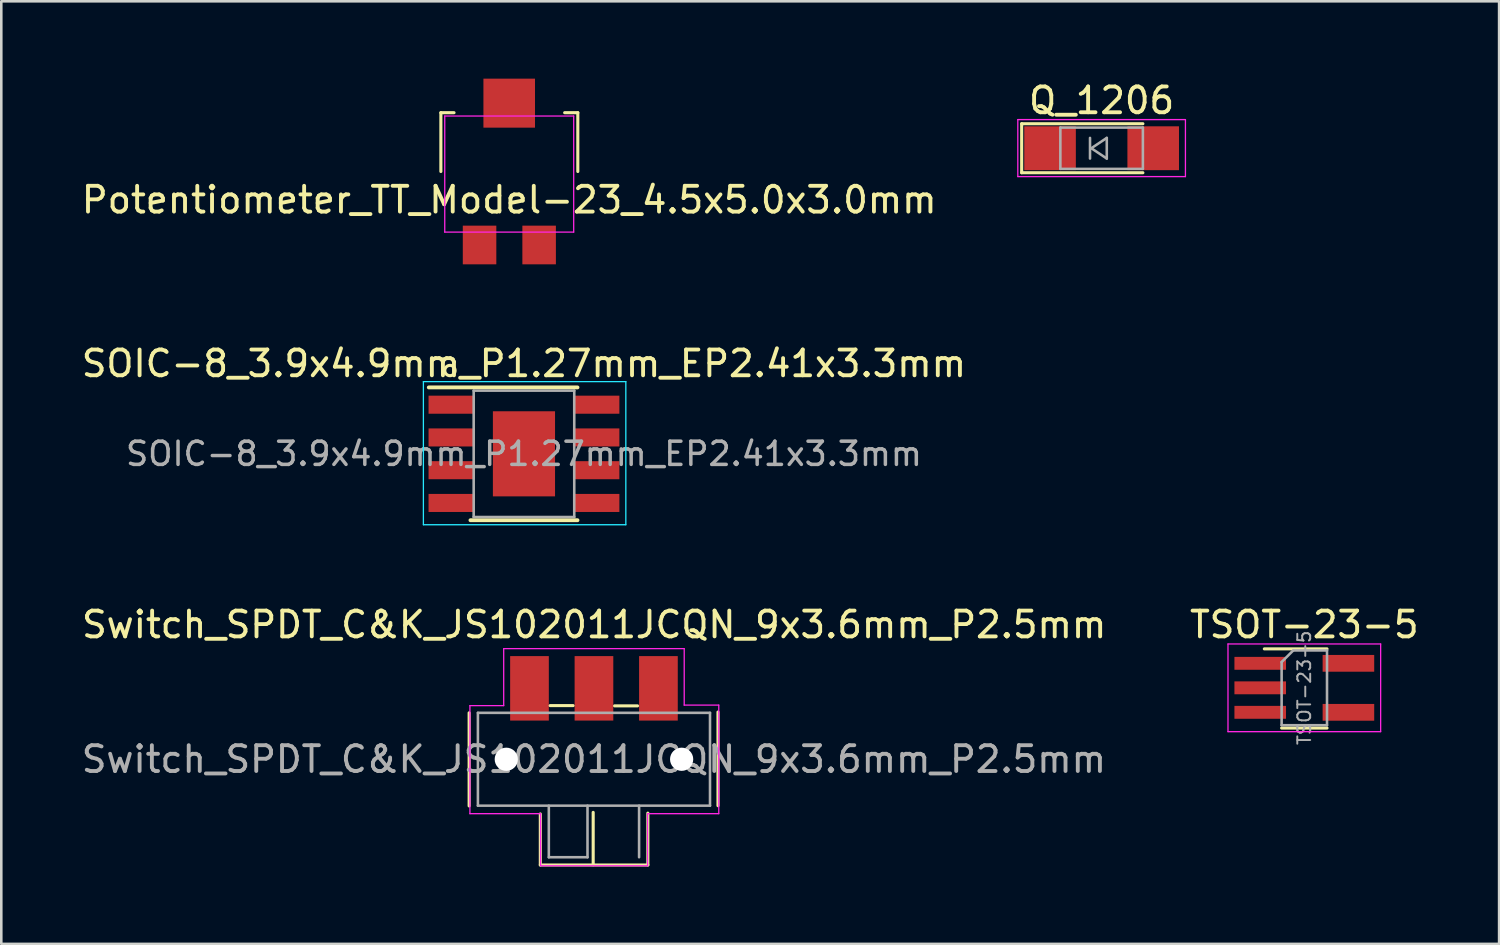
<source format=kicad_pcb>
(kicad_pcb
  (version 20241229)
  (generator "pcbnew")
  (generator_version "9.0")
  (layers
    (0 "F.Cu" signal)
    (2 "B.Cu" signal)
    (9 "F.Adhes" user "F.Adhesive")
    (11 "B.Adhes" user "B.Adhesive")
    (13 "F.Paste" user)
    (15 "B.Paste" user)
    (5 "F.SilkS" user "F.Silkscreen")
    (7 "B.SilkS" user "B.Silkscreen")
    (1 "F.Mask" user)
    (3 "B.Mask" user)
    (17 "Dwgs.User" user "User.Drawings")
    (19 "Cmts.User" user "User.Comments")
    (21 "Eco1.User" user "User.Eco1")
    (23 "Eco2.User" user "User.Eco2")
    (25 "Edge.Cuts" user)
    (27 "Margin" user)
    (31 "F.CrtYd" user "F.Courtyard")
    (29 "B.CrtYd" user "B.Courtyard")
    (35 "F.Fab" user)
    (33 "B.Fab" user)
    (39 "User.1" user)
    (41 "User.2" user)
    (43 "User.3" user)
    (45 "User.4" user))
  (footprint "Q_1206"
    (layer "F.Cu")
    (at 39.668 2.698)
    (property "Reference" "Q_1206" (at 0 -1.85 0) (layer "F.SilkS") (effects (font (size 1 1) (thickness 0.15))))
    (attr smd)
    (fp_line (start -3.1 -0.95) (end -3.1 0.95) (stroke (width 0.12) (type solid)) (layer "F.SilkS"))
    (fp_line (start -3.1 -0.95) (end 1.6 -0.95) (stroke (width 0.12) (type solid)) (layer "F.SilkS"))
    (fp_line (start -3.1 0.95) (end 1.6 0.95) (stroke (width 0.12) (type solid)) (layer "F.SilkS"))
    (fp_line (start -3.25 -1.11) (end -3.25 1.1) (stroke (width 0.05) (type solid)) (layer "F.CrtYd"))
    (fp_line (start -3.25 -1.11) (end 3.25 -1.11) (stroke (width 0.05) (type solid)) (layer "F.CrtYd"))
    (fp_line (start 3.25 1.1) (end -3.25 1.1) (stroke (width 0.05) (type solid)) (layer "F.CrtYd"))
    (fp_line (start 3.25 1.1) (end 3.25 -1.11) (stroke (width 0.05) (type solid)) (layer "F.CrtYd"))
    (fp_line (start -1.6 -0.8) (end 1.6 -0.8) (stroke (width 0.1) (type solid)) (layer "F.Fab"))
    (fp_line (start -1.6 0.8) (end -1.6 -0.8) (stroke (width 0.1) (type solid)) (layer "F.Fab"))
    (fp_line (start -0.45 -0.4) (end -0.45 0.4) (stroke (width 0.1) (type solid)) (layer "F.Fab"))
    (fp_line (start -0.4 0) (end 0.2 -0.4) (stroke (width 0.1) (type solid)) (layer "F.Fab"))
    (fp_line (start 0.2 -0.4) (end 0.2 0.4) (stroke (width 0.1) (type solid)) (layer "F.Fab"))
    (fp_line (start 0.2 0.4) (end -0.4 0) (stroke (width 0.1) (type solid)) (layer "F.Fab"))
    (fp_line (start 1.6 -0.8) (end 1.6 0.8) (stroke (width 0.1) (type solid)) (layer "F.Fab"))
    (fp_line (start 1.6 0.8) (end -1.6 0.8) (stroke (width 0.1) (type solid)) (layer "F.Fab"))
    (pad "1" smd rect (at -2 0) (size 2 1.7) (layers "F.Cu" "F.Mask" "F.Paste"))
    (pad "2" smd rect (at 2 0) (size 2 1.7) (layers "F.Cu" "F.Mask" "F.Paste")))
  (footprint "Switch_SPDT_C&K_JS102011JCQN_9x3.6mm_P2.5mm"
    (layer "F.Cu")
    (at 19.982 26.392)
    (property "Reference" "Switch_SPDT_C&K_JS102011JCQN_9x3.6mm_P2.5mm" (at 0.01 -5.22 0) (layer "F.SilkS") (effects (font (size 1 1) (thickness 0.15))))
    (attr smd)
    (fp_line (start -4.84 -1.8) (end -4.84 1.81) (stroke (width 0.12) (type solid)) (layer "F.SilkS"))
    (fp_line (start -2.08 2.12) (end -2.08 4.1) (stroke (width 0.12) (type solid)) (layer "F.SilkS"))
    (fp_line (start -2.08 4.1) (end 2.09 4.1) (stroke (width 0.12) (type solid)) (layer "F.SilkS"))
    (fp_line (start -1.7 -2.08) (end -0.81 -2.08) (stroke (width 0.12) (type solid)) (layer "F.SilkS"))
    (fp_line (start -0.03 2.06) (end -0.03 4.09) (stroke (width 0.12) (type solid)) (layer "F.SilkS"))
    (fp_line (start 0.8 -2.07) (end 1.69 -2.07) (stroke (width 0.12) (type solid)) (layer "F.SilkS"))
    (fp_line (start 2.09 4.1) (end 2.09 2.09) (stroke (width 0.12) (type solid)) (layer "F.SilkS"))
    (fp_line (start 4.81 -1.83) (end 4.81 1.8) (stroke (width 0.12) (type solid)) (layer "F.SilkS"))
    (fp_line (start -4.81 -2.08) (end -4.81 2.11) (stroke (width 0.05) (type solid)) (layer "F.CrtYd"))
    (fp_line (start -4.81 2.11) (end -2.07 2.11) (stroke (width 0.05) (type solid)) (layer "F.CrtYd"))
    (fp_line (start -3.5 -2.08) (end -4.81 -2.08) (stroke (width 0.05) (type solid)) (layer "F.CrtYd"))
    (fp_line (start -3.5 -2.08) (end -3.5 -4.29) (stroke (width 0.05) (type solid)) (layer "F.CrtYd"))
    (fp_line (start -2.07 2.11) (end -2.07 4.13) (stroke (width 0.05) (type solid)) (layer "F.CrtYd"))
    (fp_line (start -2.07 4.13) (end 2.08 4.13) (stroke (width 0.05) (type solid)) (layer "F.CrtYd"))
    (fp_line (start 2.08 2.11) (end 4.84 2.11) (stroke (width 0.05) (type solid)) (layer "F.CrtYd"))
    (fp_line (start 2.08 4.13) (end 2.08 2.11) (stroke (width 0.05) (type solid)) (layer "F.CrtYd"))
    (fp_line (start 3.5 -4.29) (end -3.5 -4.29) (stroke (width 0.05) (type solid)) (layer "F.CrtYd"))
    (fp_line (start 3.5 -4.29) (end 3.5 -2.1) (stroke (width 0.05) (type solid)) (layer "F.CrtYd"))
    (fp_line (start 4.84 -2.1) (end 3.5 -2.1) (stroke (width 0.05) (type solid)) (layer "F.CrtYd"))
    (fp_line (start 4.84 2.11) (end 4.84 -2.1) (stroke (width 0.05) (type solid)) (layer "F.CrtYd"))
    (fp_line (start -4.5 -1.8) (end -4.5 1.8) (stroke (width 0.1) (type solid)) (layer "F.Fab"))
    (fp_line (start -4.5 -1.8) (end 4.5 -1.8) (stroke (width 0.1) (type solid)) (layer "F.Fab"))
    (fp_line (start -1.75 3.8) (end -1.75 1.8) (stroke (width 0.1) (type solid)) (layer "F.Fab"))
    (fp_line (start -1.75 3.8) (end -0.25 3.8) (stroke (width 0.1) (type solid)) (layer "F.Fab"))
    (fp_line (start -0.25 3.8) (end -0.25 1.8) (stroke (width 0.1) (type solid)) (layer "F.Fab"))
    (fp_line (start 1.75 3.8) (end 1.75 1.8) (stroke (width 0.1) (type solid)) (layer "F.Fab"))
    (fp_line (start 4.5 -1.8) (end 4.5 1.8) (stroke (width 0.1) (type solid)) (layer "F.Fab"))
    (fp_line (start 4.5 1.8) (end -4.5 1.8) (stroke (width 0.1) (type solid)) (layer "F.Fab"))
    (fp_text user "${REFERENCE}" (at 0 0 0) (layer "F.Fab") (effects (font (size 1 1) (thickness 0.15))))
    (pad "" np_thru_hole circle (at -3.4 0) (size 0.9 0.9) (drill 0.9) (layers "*.Cu" "*.Mask"))
    (pad "" np_thru_hole circle (at 3.4 0) (size 0.9 0.9) (drill 0.9) (layers "*.Cu" "*.Mask"))
    (pad "1" smd rect (at -2.5 -2.75) (size 1.5 2.5) (layers "F.Cu" "F.Mask" "F.Paste"))
    (pad "2" smd rect (at 0 -2.75) (size 1.5 2.5) (layers "F.Cu" "F.Mask" "F.Paste"))
    (pad "3" smd rect (at 2.5 -2.75) (size 1.5 2.5) (layers "F.Cu" "F.Mask" "F.Paste")))
  (footprint "TSOT-23-5"
    (layer "F.Cu")
    (at 47.528 23.622)
    (property "Reference" "TSOT-23-5" (at 0 -2.45 0) (layer "F.SilkS") (effects (font (size 1 1) (thickness 0.15))))
    (attr smd)
    (fp_line (start -0.88 1.56) (end 0.88 1.56) (stroke (width 0.12) (type solid)) (layer "F.SilkS"))
    (fp_line (start 0.88 -1.51) (end -1.55 -1.51) (stroke (width 0.12) (type solid)) (layer "F.SilkS"))
    (fp_line (start -2.96 -1.7) (end -2.96 1.7) (stroke (width 0.05) (type solid)) (layer "F.CrtYd"))
    (fp_line (start -2.96 -1.7) (end 2.96 -1.7) (stroke (width 0.05) (type solid)) (layer "F.CrtYd"))
    (fp_line (start 2.96 1.7) (end -2.96 1.7) (stroke (width 0.05) (type solid)) (layer "F.CrtYd"))
    (fp_line (start 2.96 1.7) (end 2.96 -1.7) (stroke (width 0.05) (type solid)) (layer "F.CrtYd"))
    (fp_line (start -0.88 -1) (end -0.88 1.45) (stroke (width 0.1) (type solid)) (layer "F.Fab"))
    (fp_line (start -0.88 -1) (end -0.43 -1.45) (stroke (width 0.1) (type solid)) (layer "F.Fab"))
    (fp_line (start 0.88 -1.45) (end -0.43 -1.45) (stroke (width 0.1) (type solid)) (layer "F.Fab"))
    (fp_line (start 0.88 -1.45) (end 0.88 1.45) (stroke (width 0.1) (type solid)) (layer "F.Fab"))
    (fp_line (start 0.88 1.45) (end -0.88 1.45) (stroke (width 0.1) (type solid)) (layer "F.Fab"))
    (fp_text user "${REFERENCE}" (at 0 0 90) (layer "F.Fab") (effects (font (size 0.5 0.5) (thickness 0.075))))
    (pad "1" smd rect (at -1.71 -0.95) (size 2 0.5) (layers "F.Cu" "F.Mask" "F.Paste"))
    (pad "2" smd rect (at -1.71 0) (size 2 0.5) (layers "F.Cu" "F.Mask" "F.Paste"))
    (pad "3" smd rect (at -1.71 0.95) (size 2 0.5) (layers "F.Cu" "F.Mask" "F.Paste"))
    (pad "4" smd rect (at 1.71 0.95) (size 2 0.65) (layers "F.Cu" "F.Mask" "F.Paste"))
    (pad "5" smd rect (at 1.71 -0.95) (size 2 0.65) (layers "F.Cu" "F.Mask" "F.Paste")))
  (footprint "SOIC-8_3.9x4.9mm_P1.27mm_EP2.41x3.3mm"
    (layer "F.Cu")
    (at 17.268 14.548)
    (property "Reference" "SOIC-8_3.9x4.9mm_P1.27mm_EP2.41x3.3mm" (at 0 -3.5 0) (layer "F.SilkS") (effects (font (size 1 1) (thickness 0.15))))
    (attr smd)
    (fp_line (start -3.69 -2.575) (end 2.075 -2.575) (stroke (width 0.15) (type solid)) (layer "F.SilkS"))
    (fp_line (start -2.075 2.575) (end 2.075 2.575) (stroke (width 0.15) (type solid)) (layer "F.SilkS"))
    (fp_circle (center -2.87 -3.23) (end -2.67 -3.23) (stroke (width 0.12) (type solid)) (fill no) (layer "F.SilkS"))
    (fp_line (start -3.9 -2.8) (end 3.95 -2.8) (stroke (width 0.05) (type solid)) (layer "B.CrtYd"))
    (fp_line (start -3.9 2.75) (end -3.9 -2.8) (stroke (width 0.05) (type solid)) (layer "B.CrtYd"))
    (fp_line (start 3.95 -2.8) (end 3.95 2.75) (stroke (width 0.05) (type solid)) (layer "B.CrtYd"))
    (fp_line (start 3.95 2.75) (end -3.9 2.75) (stroke (width 0.05) (type solid)) (layer "B.CrtYd"))
    (fp_line (start -1.95 -2.45) (end -1.95 2.45) (stroke (width 0.1) (type solid)) (layer "F.Fab"))
    (fp_line (start -1.95 -2.45) (end 1.95 -2.45) (stroke (width 0.1) (type solid)) (layer "F.Fab"))
    (fp_line (start -1.95 2.45) (end 1.95 2.45) (stroke (width 0.1) (type solid)) (layer "F.Fab"))
    (fp_line (start 1.95 -2.45) (end 1.95 2.45) (stroke (width 0.1) (type solid)) (layer "F.Fab"))
    (fp_text user "${REFERENCE}" (at 0 0 0) (layer "F.Fab") (effects (font (size 0.9 0.9) (thickness 0.135))))
    (pad "1" smd rect (at -2.8 -1.905) (size 1.8 0.7) (layers "F.Cu" "F.Mask" "F.Paste"))
    (pad "2" smd rect (at -2.8 -0.635) (size 1.8 0.7) (layers "F.Cu" "F.Mask" "F.Paste"))
    (pad "3" smd rect (at -2.8 0.635) (size 1.8 0.7) (layers "F.Cu" "F.Mask" "F.Paste"))
    (pad "4" smd rect (at -2.8 1.905) (size 1.8 0.7) (layers "F.Cu" "F.Mask" "F.Paste"))
    (pad "5" smd rect (at 2.8 1.905) (size 1.8 0.7) (layers "F.Cu" "F.Mask" "F.Paste"))
    (pad "6" smd rect (at 2.8 0.635) (size 1.8 0.7) (layers "F.Cu" "F.Mask" "F.Paste"))
    (pad "7" smd rect (at 2.8 -0.635) (size 1.8 0.7) (layers "F.Cu" "F.Mask" "F.Paste"))
    (pad "8" smd rect (at 2.8 -1.905) (size 1.8 0.7) (layers "F.Cu" "F.Mask" "F.Paste"))
    (pad "9" smd rect (at 0 0) (size 2.41 3.3) (layers "F.Cu" "F.Mask" "F.Paste")))
  (footprint "Potentiometer_TT_Model-23_4.5x5.0x3.0mm"
    (layer "F.Cu")
    (at 16.696 3.7)
    (property "Reference" "Potentiometer_TT_Model-23_4.5x5.0x3.0mm" (at 0 1 0) (layer "F.SilkS") (effects (font (size 1 1) (thickness 0.15))))
    (attr smd)
    (fp_line (start -2.65 -2.38) (end -2.14 -2.38) (stroke (width 0.12) (type solid)) (layer "F.SilkS"))
    (fp_line (start -2.65 -0.1) (end -2.65 -2.38) (stroke (width 0.12) (type solid)) (layer "F.SilkS"))
    (fp_line (start 2.15 -2.38) (end 2.66 -2.38) (stroke (width 0.12) (type solid)) (layer "F.SilkS"))
    (fp_line (start 2.66 -2.38) (end 2.66 -0.1) (stroke (width 0.12) (type solid)) (layer "F.SilkS"))
    (fp_line (start -2.5 -2.25) (end 2.5 -2.25) (stroke (width 0.05) (type solid)) (layer "F.CrtYd"))
    (fp_line (start -2.5 2.25) (end -2.5 -2.25) (stroke (width 0.05) (type solid)) (layer "F.CrtYd"))
    (fp_line (start 2.5 -2.25) (end 2.5 2.25) (stroke (width 0.05) (type solid)) (layer "F.CrtYd"))
    (fp_line (start 2.5 2.25) (end -2.5 2.25) (stroke (width 0.05) (type solid)) (layer "F.CrtYd"))
    (pad "1" smd rect (at 1.16 2.75) (size 1.3 1.5) (layers "F.Cu" "F.Mask" "F.Paste"))
    (pad "2" smd rect (at 0 -2.75) (size 2 1.9) (layers "F.Cu" "F.Mask" "F.Paste"))
    (pad "3" smd rect (at -1.15 2.75) (size 1.3 1.5) (layers "F.Cu" "F.Mask" "F.Paste")))
  (gr_rect
    (start -3 -3)
    (end 55.081 33.551)
    (stroke (width 0.1) (type default))
    (fill no)
    (layer "Edge.Cuts")))
</source>
